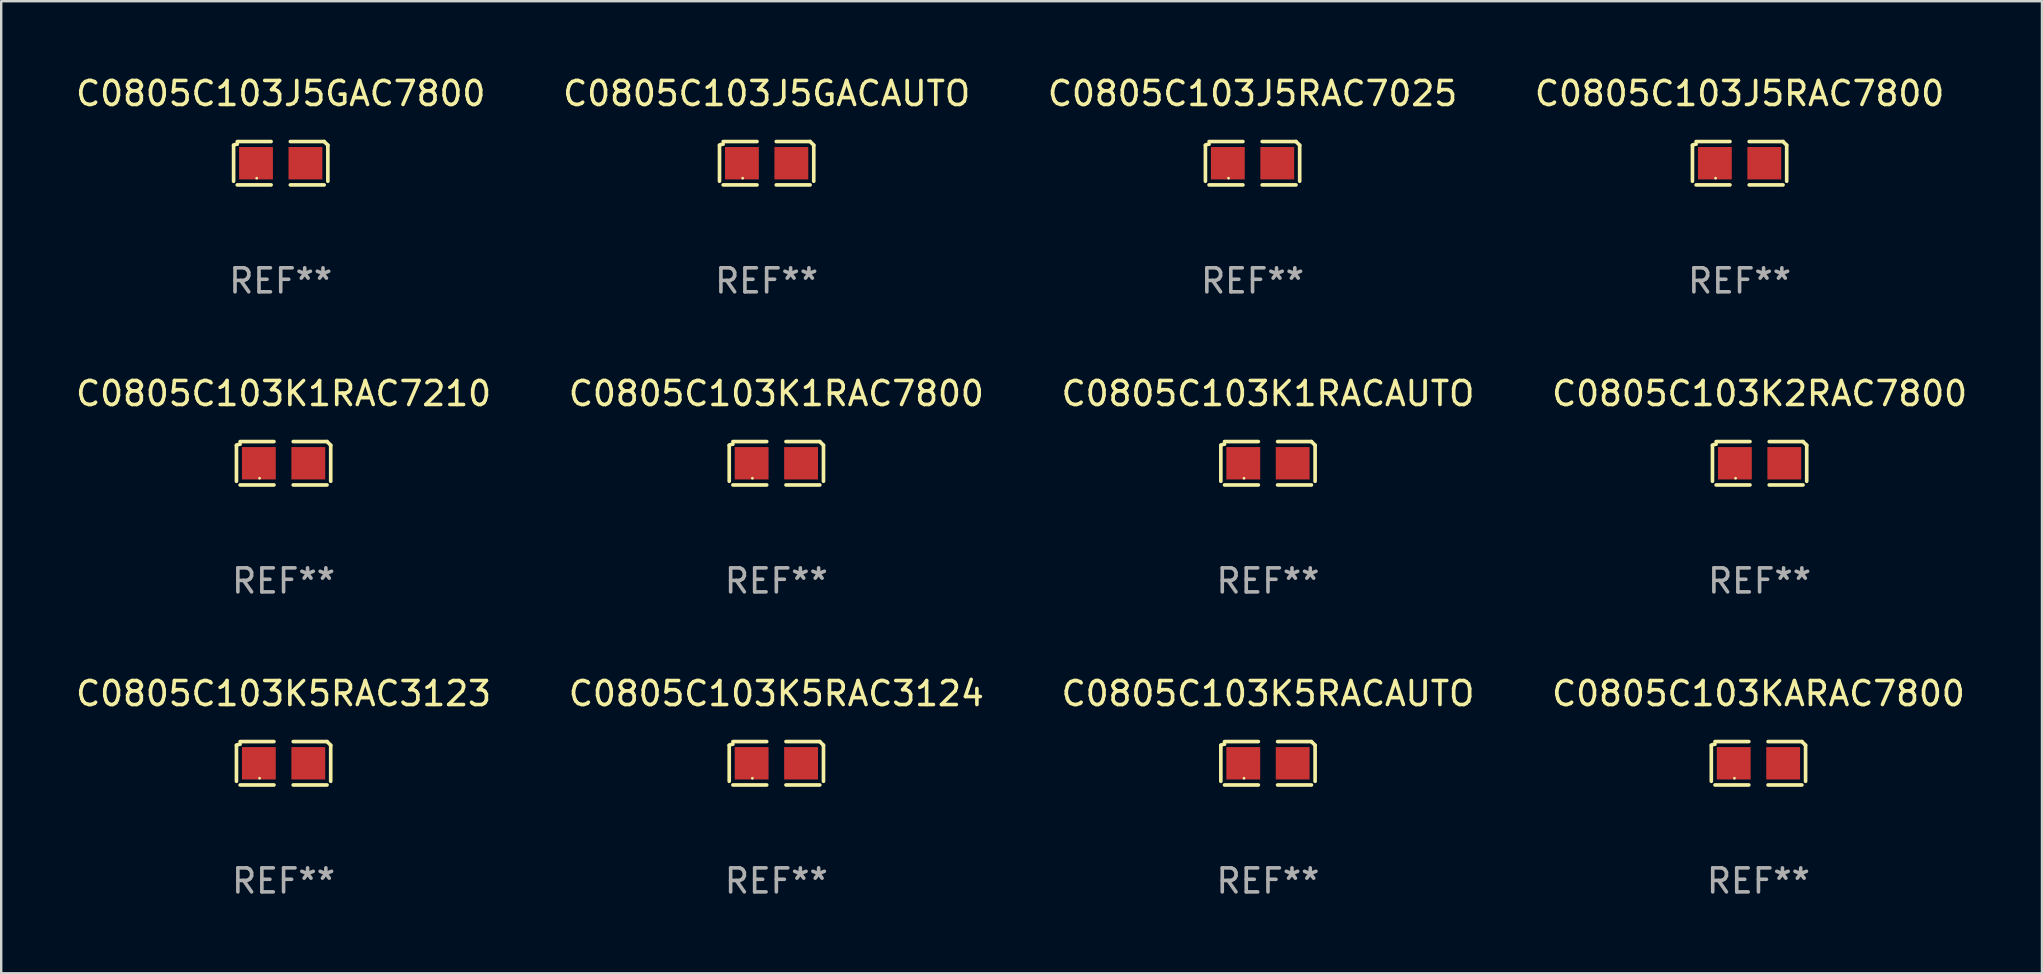
<source format=kicad_pcb>
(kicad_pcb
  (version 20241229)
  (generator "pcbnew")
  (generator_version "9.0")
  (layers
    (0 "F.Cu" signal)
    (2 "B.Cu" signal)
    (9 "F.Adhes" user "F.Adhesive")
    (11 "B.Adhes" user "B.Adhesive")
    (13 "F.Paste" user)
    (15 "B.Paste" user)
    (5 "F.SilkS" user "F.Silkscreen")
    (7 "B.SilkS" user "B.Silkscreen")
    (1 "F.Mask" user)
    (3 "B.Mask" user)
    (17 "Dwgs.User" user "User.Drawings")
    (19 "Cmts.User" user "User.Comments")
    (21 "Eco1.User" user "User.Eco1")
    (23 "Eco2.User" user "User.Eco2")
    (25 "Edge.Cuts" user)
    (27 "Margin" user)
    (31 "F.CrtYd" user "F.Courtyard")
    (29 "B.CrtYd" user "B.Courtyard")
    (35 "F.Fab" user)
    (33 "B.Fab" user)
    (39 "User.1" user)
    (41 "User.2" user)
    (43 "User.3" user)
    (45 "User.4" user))
  (footprint "C0805C103J5RAC7800"
    (layer "F.Cu")
    (at 69.446 3.752)
    (property "Reference" "C0805C103J5RAC7800" (at 0 -2.904 0) (layer "F.SilkS") (effects (font (size 1 1) (thickness 0.15))))
    (attr through_hole)
    (fp_line (start -1.964 0.751) (end -1.964 -0.751) (stroke (width 0.152) (type solid)) (layer "F.SilkS"))
    (fp_line (start -1.811 -0.904) (end -0.401 -0.904) (stroke (width 0.152) (type solid)) (layer "F.SilkS"))
    (fp_line (start -0.401 0.904) (end -1.811 0.904) (stroke (width 0.152) (type solid)) (layer "F.SilkS"))
    (fp_line (start 0.401 0.904) (end 1.811 0.904) (stroke (width 0.152) (type solid)) (layer "F.SilkS"))
    (fp_line (start 1.811 -0.904) (end 0.401 -0.904) (stroke (width 0.152) (type solid)) (layer "F.SilkS"))
    (fp_line (start 1.964 0.751) (end 1.964 -0.751) (stroke (width 0.152) (type solid)) (layer "F.SilkS"))
    (fp_arc (start -1.963602 -0.751207) (mid -1.890354 -0.783131) (end -1.811201 -0.794044) (stroke (width 0.1524) (type solid)) (layer "F.SilkS"))
    (fp_arc (start 1.811202 -0.903607) (mid 1.887413 -0.827418) (end 1.963602 -0.751207) (stroke (width 0.1524) (type solid)) (layer "F.SilkS"))
    (fp_circle (center -1 0.625) (end -0.97 0.625) (stroke (width 0.06) (type solid)) (fill no) (layer "F.SilkS"))
    (fp_text user "REF**" (at 0 4.904 0) (layer "F.Fab") (effects (font (size 1 1) (thickness 0.15))))
    (pad "1" smd rect (at -1.03 0) (size 1.41 1.35) (layers "F.Cu" "F.Mask" "F.Paste"))
    (pad "2" smd rect (at 1.03 0) (size 1.41 1.35) (layers "F.Cu" "F.Mask" "F.Paste")))
  (footprint "C0805C103K1RACAUTO"
    (layer "F.Cu")
    (at 49.792 16.256)
    (property "Reference" "C0805C103K1RACAUTO" (at 0 -2.904 0) (layer "F.SilkS") (effects (font (size 1 1) (thickness 0.15))))
    (attr through_hole)
    (fp_line (start -1.964 0.751) (end -1.964 -0.751) (stroke (width 0.152) (type solid)) (layer "F.SilkS"))
    (fp_line (start -1.811 -0.904) (end -0.401 -0.904) (stroke (width 0.152) (type solid)) (layer "F.SilkS"))
    (fp_line (start -0.401 0.904) (end -1.811 0.904) (stroke (width 0.152) (type solid)) (layer "F.SilkS"))
    (fp_line (start 0.401 0.904) (end 1.811 0.904) (stroke (width 0.152) (type solid)) (layer "F.SilkS"))
    (fp_line (start 1.811 -0.904) (end 0.401 -0.904) (stroke (width 0.152) (type solid)) (layer "F.SilkS"))
    (fp_line (start 1.964 0.751) (end 1.964 -0.751) (stroke (width 0.152) (type solid)) (layer "F.SilkS"))
    (fp_arc (start -1.963602 -0.751207) (mid -1.890354 -0.783131) (end -1.811201 -0.794044) (stroke (width 0.1524) (type solid)) (layer "F.SilkS"))
    (fp_arc (start 1.811202 -0.903607) (mid 1.887413 -0.827418) (end 1.963602 -0.751207) (stroke (width 0.1524) (type solid)) (layer "F.SilkS"))
    (fp_circle (center -1 0.625) (end -0.97 0.625) (stroke (width 0.06) (type solid)) (fill no) (layer "F.SilkS"))
    (fp_text user "REF**" (at 0 4.904 0) (layer "F.Fab") (effects (font (size 1 1) (thickness 0.15))))
    (pad "1" smd rect (at -1.03 0) (size 1.41 1.35) (layers "F.Cu" "F.Mask" "F.Paste"))
    (pad "2" smd rect (at 1.03 0) (size 1.41 1.35) (layers "F.Cu" "F.Mask" "F.Paste")))
  (footprint "C0805C103K5RAC3124"
    (layer "F.Cu")
    (at 29.304 28.759)
    (property "Reference" "C0805C103K5RAC3124" (at 0 -2.904 0) (layer "F.SilkS") (effects (font (size 1 1) (thickness 0.15))))
    (attr through_hole)
    (fp_line (start -1.964 0.751) (end -1.964 -0.751) (stroke (width 0.152) (type solid)) (layer "F.SilkS"))
    (fp_line (start -1.811 -0.904) (end -0.401 -0.904) (stroke (width 0.152) (type solid)) (layer "F.SilkS"))
    (fp_line (start -0.401 0.904) (end -1.811 0.904) (stroke (width 0.152) (type solid)) (layer "F.SilkS"))
    (fp_line (start 0.401 0.904) (end 1.811 0.904) (stroke (width 0.152) (type solid)) (layer "F.SilkS"))
    (fp_line (start 1.811 -0.904) (end 0.401 -0.904) (stroke (width 0.152) (type solid)) (layer "F.SilkS"))
    (fp_line (start 1.964 0.751) (end 1.964 -0.751) (stroke (width 0.152) (type solid)) (layer "F.SilkS"))
    (fp_arc (start -1.963602 -0.751207) (mid -1.890354 -0.783131) (end -1.811201 -0.794044) (stroke (width 0.1524) (type solid)) (layer "F.SilkS"))
    (fp_arc (start 1.811202 -0.903607) (mid 1.887413 -0.827418) (end 1.963602 -0.751207) (stroke (width 0.1524) (type solid)) (layer "F.SilkS"))
    (fp_circle (center -1 0.625) (end -0.97 0.625) (stroke (width 0.06) (type solid)) (fill no) (layer "F.SilkS"))
    (fp_text user "REF**" (at 0 4.904 0) (layer "F.Fab") (effects (font (size 1 1) (thickness 0.15))))
    (pad "1" smd rect (at -1.03 0) (size 1.41 1.35) (layers "F.Cu" "F.Mask" "F.Paste"))
    (pad "2" smd rect (at 1.03 0) (size 1.41 1.35) (layers "F.Cu" "F.Mask" "F.Paste")))
  (footprint "C0805C103K2RAC7800"
    (layer "F.Cu")
    (at 70.28 16.256)
    (property "Reference" "C0805C103K2RAC7800" (at 0 -2.904 0) (layer "F.SilkS") (effects (font (size 1 1) (thickness 0.15))))
    (attr through_hole)
    (fp_line (start -1.964 0.751) (end -1.964 -0.751) (stroke (width 0.152) (type solid)) (layer "F.SilkS"))
    (fp_line (start -1.811 -0.904) (end -0.401 -0.904) (stroke (width 0.152) (type solid)) (layer "F.SilkS"))
    (fp_line (start -0.401 0.904) (end -1.811 0.904) (stroke (width 0.152) (type solid)) (layer "F.SilkS"))
    (fp_line (start 0.401 0.904) (end 1.811 0.904) (stroke (width 0.152) (type solid)) (layer "F.SilkS"))
    (fp_line (start 1.811 -0.904) (end 0.401 -0.904) (stroke (width 0.152) (type solid)) (layer "F.SilkS"))
    (fp_line (start 1.964 0.751) (end 1.964 -0.751) (stroke (width 0.152) (type solid)) (layer "F.SilkS"))
    (fp_arc (start -1.963602 -0.751207) (mid -1.890354 -0.783131) (end -1.811201 -0.794044) (stroke (width 0.1524) (type solid)) (layer "F.SilkS"))
    (fp_arc (start 1.811202 -0.903607) (mid 1.887413 -0.827418) (end 1.963602 -0.751207) (stroke (width 0.1524) (type solid)) (layer "F.SilkS"))
    (fp_circle (center -1 0.625) (end -0.97 0.625) (stroke (width 0.06) (type solid)) (fill no) (layer "F.SilkS"))
    (fp_text user "REF**" (at 0 4.904 0) (layer "F.Fab") (effects (font (size 1 1) (thickness 0.15))))
    (pad "1" smd rect (at -1.03 0) (size 1.41 1.35) (layers "F.Cu" "F.Mask" "F.Paste"))
    (pad "2" smd rect (at 1.03 0) (size 1.41 1.35) (layers "F.Cu" "F.Mask" "F.Paste")))
  (footprint "C0805C103KARAC7800"
    (layer "F.Cu")
    (at 70.232 28.759)
    (property "Reference" "C0805C103KARAC7800" (at 0 -2.904 0) (layer "F.SilkS") (effects (font (size 1 1) (thickness 0.15))))
    (attr through_hole)
    (fp_line (start -1.964 0.751) (end -1.964 -0.751) (stroke (width 0.152) (type solid)) (layer "F.SilkS"))
    (fp_line (start -1.811 -0.904) (end -0.401 -0.904) (stroke (width 0.152) (type solid)) (layer "F.SilkS"))
    (fp_line (start -0.401 0.904) (end -1.811 0.904) (stroke (width 0.152) (type solid)) (layer "F.SilkS"))
    (fp_line (start 0.401 0.904) (end 1.811 0.904) (stroke (width 0.152) (type solid)) (layer "F.SilkS"))
    (fp_line (start 1.811 -0.904) (end 0.401 -0.904) (stroke (width 0.152) (type solid)) (layer "F.SilkS"))
    (fp_line (start 1.964 0.751) (end 1.964 -0.751) (stroke (width 0.152) (type solid)) (layer "F.SilkS"))
    (fp_arc (start -1.963602 -0.751207) (mid -1.890354 -0.783131) (end -1.811201 -0.794044) (stroke (width 0.1524) (type solid)) (layer "F.SilkS"))
    (fp_arc (start 1.811202 -0.903607) (mid 1.887413 -0.827418) (end 1.963602 -0.751207) (stroke (width 0.1524) (type solid)) (layer "F.SilkS"))
    (fp_circle (center -1 0.625) (end -0.97 0.625) (stroke (width 0.06) (type solid)) (fill no) (layer "F.SilkS"))
    (fp_text user "REF**" (at 0 4.904 0) (layer "F.Fab") (effects (font (size 1 1) (thickness 0.15))))
    (pad "1" smd rect (at -1.03 0) (size 1.41 1.35) (layers "F.Cu" "F.Mask" "F.Paste"))
    (pad "2" smd rect (at 1.03 0) (size 1.41 1.35) (layers "F.Cu" "F.Mask" "F.Paste")))
  (footprint "C0805C103K1RAC7800"
    (layer "F.Cu")
    (at 29.304 16.256)
    (property "Reference" "C0805C103K1RAC7800" (at 0 -2.904 0) (layer "F.SilkS") (effects (font (size 1 1) (thickness 0.15))))
    (attr through_hole)
    (fp_line (start -1.964 0.751) (end -1.964 -0.751) (stroke (width 0.152) (type solid)) (layer "F.SilkS"))
    (fp_line (start -1.811 -0.904) (end -0.401 -0.904) (stroke (width 0.152) (type solid)) (layer "F.SilkS"))
    (fp_line (start -0.401 0.904) (end -1.811 0.904) (stroke (width 0.152) (type solid)) (layer "F.SilkS"))
    (fp_line (start 0.401 0.904) (end 1.811 0.904) (stroke (width 0.152) (type solid)) (layer "F.SilkS"))
    (fp_line (start 1.811 -0.904) (end 0.401 -0.904) (stroke (width 0.152) (type solid)) (layer "F.SilkS"))
    (fp_line (start 1.964 0.751) (end 1.964 -0.751) (stroke (width 0.152) (type solid)) (layer "F.SilkS"))
    (fp_arc (start -1.963602 -0.751207) (mid -1.890354 -0.783131) (end -1.811201 -0.794044) (stroke (width 0.1524) (type solid)) (layer "F.SilkS"))
    (fp_arc (start 1.811202 -0.903607) (mid 1.887413 -0.827418) (end 1.963602 -0.751207) (stroke (width 0.1524) (type solid)) (layer "F.SilkS"))
    (fp_circle (center -1 0.625) (end -0.97 0.625) (stroke (width 0.06) (type solid)) (fill no) (layer "F.SilkS"))
    (fp_text user "REF**" (at 0 4.904 0) (layer "F.Fab") (effects (font (size 1 1) (thickness 0.15))))
    (pad "1" smd rect (at -1.03 0) (size 1.41 1.35) (layers "F.Cu" "F.Mask" "F.Paste"))
    (pad "2" smd rect (at 1.03 0) (size 1.41 1.35) (layers "F.Cu" "F.Mask" "F.Paste")))
  (footprint "C0805C103K5RAC3123"
    (layer "F.Cu")
    (at 8.768 28.759)
    (property "Reference" "C0805C103K5RAC3123" (at 0 -2.904 0) (layer "F.SilkS") (effects (font (size 1 1) (thickness 0.15))))
    (attr through_hole)
    (fp_line (start -1.964 0.751) (end -1.964 -0.751) (stroke (width 0.152) (type solid)) (layer "F.SilkS"))
    (fp_line (start -1.811 -0.904) (end -0.401 -0.904) (stroke (width 0.152) (type solid)) (layer "F.SilkS"))
    (fp_line (start -0.401 0.904) (end -1.811 0.904) (stroke (width 0.152) (type solid)) (layer "F.SilkS"))
    (fp_line (start 0.401 0.904) (end 1.811 0.904) (stroke (width 0.152) (type solid)) (layer "F.SilkS"))
    (fp_line (start 1.811 -0.904) (end 0.401 -0.904) (stroke (width 0.152) (type solid)) (layer "F.SilkS"))
    (fp_line (start 1.964 0.751) (end 1.964 -0.751) (stroke (width 0.152) (type solid)) (layer "F.SilkS"))
    (fp_arc (start -1.963602 -0.751207) (mid -1.890354 -0.783131) (end -1.811201 -0.794044) (stroke (width 0.1524) (type solid)) (layer "F.SilkS"))
    (fp_arc (start 1.811202 -0.903607) (mid 1.887413 -0.827418) (end 1.963602 -0.751207) (stroke (width 0.1524) (type solid)) (layer "F.SilkS"))
    (fp_circle (center -1 0.625) (end -0.97 0.625) (stroke (width 0.06) (type solid)) (fill no) (layer "F.SilkS"))
    (fp_text user "REF**" (at 0 4.904 0) (layer "F.Fab") (effects (font (size 1 1) (thickness 0.15))))
    (pad "1" smd rect (at -1.03 0) (size 1.41 1.35) (layers "F.Cu" "F.Mask" "F.Paste"))
    (pad "2" smd rect (at 1.03 0) (size 1.41 1.35) (layers "F.Cu" "F.Mask" "F.Paste")))
  (footprint "C0805C103J5RAC7025"
    (layer "F.Cu")
    (at 49.149 3.752)
    (property "Reference" "C0805C103J5RAC7025" (at 0 -2.904 0) (layer "F.SilkS") (effects (font (size 1 1) (thickness 0.15))))
    (attr through_hole)
    (fp_line (start -1.964 0.751) (end -1.964 -0.751) (stroke (width 0.152) (type solid)) (layer "F.SilkS"))
    (fp_line (start -1.811 -0.904) (end -0.401 -0.904) (stroke (width 0.152) (type solid)) (layer "F.SilkS"))
    (fp_line (start -0.401 0.904) (end -1.811 0.904) (stroke (width 0.152) (type solid)) (layer "F.SilkS"))
    (fp_line (start 0.401 0.904) (end 1.811 0.904) (stroke (width 0.152) (type solid)) (layer "F.SilkS"))
    (fp_line (start 1.811 -0.904) (end 0.401 -0.904) (stroke (width 0.152) (type solid)) (layer "F.SilkS"))
    (fp_line (start 1.964 0.751) (end 1.964 -0.751) (stroke (width 0.152) (type solid)) (layer "F.SilkS"))
    (fp_arc (start -1.963602 -0.751207) (mid -1.890354 -0.783131) (end -1.811201 -0.794044) (stroke (width 0.1524) (type solid)) (layer "F.SilkS"))
    (fp_arc (start 1.811202 -0.903607) (mid 1.887413 -0.827418) (end 1.963602 -0.751207) (stroke (width 0.1524) (type solid)) (layer "F.SilkS"))
    (fp_circle (center -1 0.625) (end -0.97 0.625) (stroke (width 0.06) (type solid)) (fill no) (layer "F.SilkS"))
    (fp_text user "REF**" (at 0 4.904 0) (layer "F.Fab") (effects (font (size 1 1) (thickness 0.15))))
    (pad "1" smd rect (at -1.03 0) (size 1.41 1.35) (layers "F.Cu" "F.Mask" "F.Paste"))
    (pad "2" smd rect (at 1.03 0) (size 1.41 1.35) (layers "F.Cu" "F.Mask" "F.Paste")))
  (footprint "C0805C103J5GACAUTO"
    (layer "F.Cu")
    (at 28.899 3.752)
    (property "Reference" "C0805C103J5GACAUTO" (at 0 -2.904 0) (layer "F.SilkS") (effects (font (size 1 1) (thickness 0.15))))
    (attr through_hole)
    (fp_line (start -1.964 0.751) (end -1.964 -0.751) (stroke (width 0.152) (type solid)) (layer "F.SilkS"))
    (fp_line (start -1.811 -0.904) (end -0.401 -0.904) (stroke (width 0.152) (type solid)) (layer "F.SilkS"))
    (fp_line (start -0.401 0.904) (end -1.811 0.904) (stroke (width 0.152) (type solid)) (layer "F.SilkS"))
    (fp_line (start 0.401 0.904) (end 1.811 0.904) (stroke (width 0.152) (type solid)) (layer "F.SilkS"))
    (fp_line (start 1.811 -0.904) (end 0.401 -0.904) (stroke (width 0.152) (type solid)) (layer "F.SilkS"))
    (fp_line (start 1.964 0.751) (end 1.964 -0.751) (stroke (width 0.152) (type solid)) (layer "F.SilkS"))
    (fp_arc (start -1.963602 -0.751207) (mid -1.890354 -0.783131) (end -1.811201 -0.794044) (stroke (width 0.1524) (type solid)) (layer "F.SilkS"))
    (fp_arc (start 1.811202 -0.903607) (mid 1.887413 -0.827418) (end 1.963602 -0.751207) (stroke (width 0.1524) (type solid)) (layer "F.SilkS"))
    (fp_circle (center -1 0.625) (end -0.97 0.625) (stroke (width 0.06) (type solid)) (fill no) (layer "F.SilkS"))
    (fp_text user "REF**" (at 0 4.904 0) (layer "F.Fab") (effects (font (size 1 1) (thickness 0.15))))
    (pad "1" smd rect (at -1.03 0) (size 1.41 1.35) (layers "F.Cu" "F.Mask" "F.Paste"))
    (pad "2" smd rect (at 1.03 0) (size 1.41 1.35) (layers "F.Cu" "F.Mask" "F.Paste")))
  (footprint "C0805C103J5GAC7800"
    (layer "F.Cu")
    (at 8.649 3.752)
    (property "Reference" "C0805C103J5GAC7800" (at 0 -2.904 0) (layer "F.SilkS") (effects (font (size 1 1) (thickness 0.15))))
    (attr through_hole)
    (fp_line (start -1.964 0.751) (end -1.964 -0.751) (stroke (width 0.152) (type solid)) (layer "F.SilkS"))
    (fp_line (start -1.811 -0.904) (end -0.401 -0.904) (stroke (width 0.152) (type solid)) (layer "F.SilkS"))
    (fp_line (start -0.401 0.904) (end -1.811 0.904) (stroke (width 0.152) (type solid)) (layer "F.SilkS"))
    (fp_line (start 0.401 0.904) (end 1.811 0.904) (stroke (width 0.152) (type solid)) (layer "F.SilkS"))
    (fp_line (start 1.811 -0.904) (end 0.401 -0.904) (stroke (width 0.152) (type solid)) (layer "F.SilkS"))
    (fp_line (start 1.964 0.751) (end 1.964 -0.751) (stroke (width 0.152) (type solid)) (layer "F.SilkS"))
    (fp_arc (start -1.963602 -0.751207) (mid -1.890354 -0.783131) (end -1.811201 -0.794044) (stroke (width 0.1524) (type solid)) (layer "F.SilkS"))
    (fp_arc (start 1.811202 -0.903607) (mid 1.887413 -0.827418) (end 1.963602 -0.751207) (stroke (width 0.1524) (type solid)) (layer "F.SilkS"))
    (fp_circle (center -1 0.625) (end -0.97 0.625) (stroke (width 0.06) (type solid)) (fill no) (layer "F.SilkS"))
    (fp_text user "REF**" (at 0 4.904 0) (layer "F.Fab") (effects (font (size 1 1) (thickness 0.15))))
    (pad "1" smd rect (at -1.03 0) (size 1.41 1.35) (layers "F.Cu" "F.Mask" "F.Paste"))
    (pad "2" smd rect (at 1.03 0) (size 1.41 1.35) (layers "F.Cu" "F.Mask" "F.Paste")))
  (footprint "C0805C103K5RACAUTO"
    (layer "F.Cu")
    (at 49.792 28.759)
    (property "Reference" "C0805C103K5RACAUTO" (at 0 -2.904 0) (layer "F.SilkS") (effects (font (size 1 1) (thickness 0.15))))
    (attr through_hole)
    (fp_line (start -1.964 0.751) (end -1.964 -0.751) (stroke (width 0.152) (type solid)) (layer "F.SilkS"))
    (fp_line (start -1.811 -0.904) (end -0.401 -0.904) (stroke (width 0.152) (type solid)) (layer "F.SilkS"))
    (fp_line (start -0.401 0.904) (end -1.811 0.904) (stroke (width 0.152) (type solid)) (layer "F.SilkS"))
    (fp_line (start 0.401 0.904) (end 1.811 0.904) (stroke (width 0.152) (type solid)) (layer "F.SilkS"))
    (fp_line (start 1.811 -0.904) (end 0.401 -0.904) (stroke (width 0.152) (type solid)) (layer "F.SilkS"))
    (fp_line (start 1.964 0.751) (end 1.964 -0.751) (stroke (width 0.152) (type solid)) (layer "F.SilkS"))
    (fp_arc (start -1.963602 -0.751207) (mid -1.890354 -0.783131) (end -1.811201 -0.794044) (stroke (width 0.1524) (type solid)) (layer "F.SilkS"))
    (fp_arc (start 1.811202 -0.903607) (mid 1.887413 -0.827418) (end 1.963602 -0.751207) (stroke (width 0.1524) (type solid)) (layer "F.SilkS"))
    (fp_circle (center -1 0.625) (end -0.97 0.625) (stroke (width 0.06) (type solid)) (fill no) (layer "F.SilkS"))
    (fp_text user "REF**" (at 0 4.904 0) (layer "F.Fab") (effects (font (size 1 1) (thickness 0.15))))
    (pad "1" smd rect (at -1.03 0) (size 1.41 1.35) (layers "F.Cu" "F.Mask" "F.Paste"))
    (pad "2" smd rect (at 1.03 0) (size 1.41 1.35) (layers "F.Cu" "F.Mask" "F.Paste")))
  (footprint "C0805C103K1RAC7210"
    (layer "F.Cu")
    (at 8.768 16.256)
    (property "Reference" "C0805C103K1RAC7210" (at 0 -2.904 0) (layer "F.SilkS") (effects (font (size 1 1) (thickness 0.15))))
    (attr through_hole)
    (fp_line (start -1.964 0.751) (end -1.964 -0.751) (stroke (width 0.152) (type solid)) (layer "F.SilkS"))
    (fp_line (start -1.811 -0.904) (end -0.401 -0.904) (stroke (width 0.152) (type solid)) (layer "F.SilkS"))
    (fp_line (start -0.401 0.904) (end -1.811 0.904) (stroke (width 0.152) (type solid)) (layer "F.SilkS"))
    (fp_line (start 0.401 0.904) (end 1.811 0.904) (stroke (width 0.152) (type solid)) (layer "F.SilkS"))
    (fp_line (start 1.811 -0.904) (end 0.401 -0.904) (stroke (width 0.152) (type solid)) (layer "F.SilkS"))
    (fp_line (start 1.964 0.751) (end 1.964 -0.751) (stroke (width 0.152) (type solid)) (layer "F.SilkS"))
    (fp_arc (start -1.963602 -0.751207) (mid -1.890354 -0.783131) (end -1.811201 -0.794044) (stroke (width 0.1524) (type solid)) (layer "F.SilkS"))
    (fp_arc (start 1.811202 -0.903607) (mid 1.887413 -0.827418) (end 1.963602 -0.751207) (stroke (width 0.1524) (type solid)) (layer "F.SilkS"))
    (fp_circle (center -1 0.625) (end -0.97 0.625) (stroke (width 0.06) (type solid)) (fill no) (layer "F.SilkS"))
    (fp_text user "REF**" (at 0 4.904 0) (layer "F.Fab") (effects (font (size 1 1) (thickness 0.15))))
    (pad "1" smd rect (at -1.03 0) (size 1.41 1.35) (layers "F.Cu" "F.Mask" "F.Paste"))
    (pad "2" smd rect (at 1.03 0) (size 1.41 1.35) (layers "F.Cu" "F.Mask" "F.Paste")))
  (gr_rect
    (start -3 -3)
    (end 82.048 37.511)
    (stroke (width 0.1) (type default))
    (fill no)
    (layer "Edge.Cuts")))
</source>
